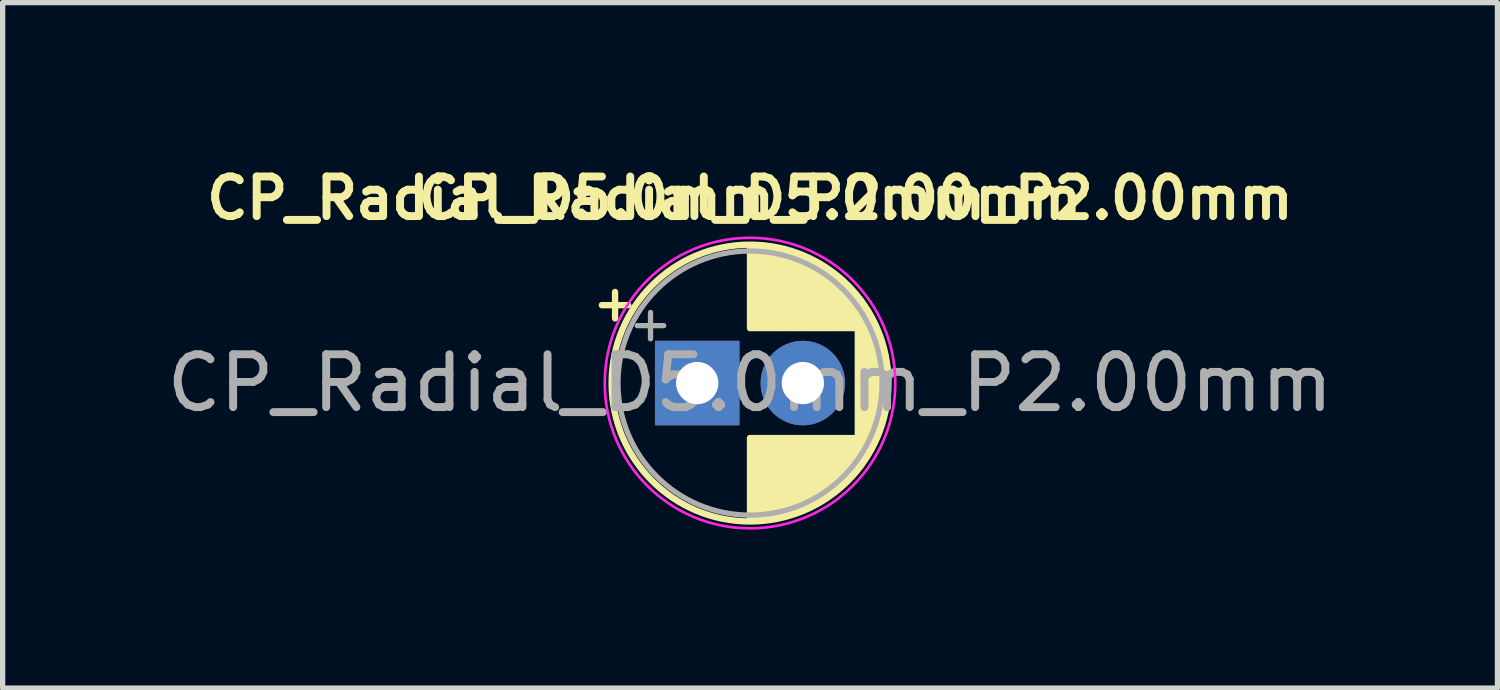
<source format=kicad_pcb>
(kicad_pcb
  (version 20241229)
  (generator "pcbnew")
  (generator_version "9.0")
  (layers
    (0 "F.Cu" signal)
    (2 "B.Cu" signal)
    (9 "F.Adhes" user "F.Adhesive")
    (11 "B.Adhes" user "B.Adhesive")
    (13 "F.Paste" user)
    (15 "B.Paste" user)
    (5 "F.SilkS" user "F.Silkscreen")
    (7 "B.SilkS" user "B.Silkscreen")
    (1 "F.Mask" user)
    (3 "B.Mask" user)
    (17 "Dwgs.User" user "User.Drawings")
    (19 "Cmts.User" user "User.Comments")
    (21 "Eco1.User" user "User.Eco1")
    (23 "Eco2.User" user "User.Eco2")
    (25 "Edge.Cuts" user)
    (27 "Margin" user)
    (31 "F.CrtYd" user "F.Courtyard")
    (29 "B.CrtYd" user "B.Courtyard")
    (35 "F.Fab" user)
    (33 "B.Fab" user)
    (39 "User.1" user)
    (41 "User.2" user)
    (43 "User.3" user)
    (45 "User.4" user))
  (footprint "CP_Radial_D5.0mm_P2.00mm"
    (layer "F.Cu")
    (at 10.149 4.202)
    (property "Reference" "CP_Radial_D5.0mm_P2.00mm" (at -1 -3.5 0) (layer "F.SilkS") (effects (font (size 0.75 0.75) (thickness 0.15))))
    (property "Value" "CP_Radial_D5.0mm_P2.00mm" (at 1 3.75 0) (layer "F.Fab") (hide yes) (effects (font (size 1 1) (thickness 0.15))))
    (attr through_hole)
    (fp_line (start -1.805 -1.475) (end -1.305 -1.475) (stroke (width 0.12) (type solid)) (layer "F.SilkS"))
    (fp_line (start -1.555 -1.725) (end -1.555 -1.225) (stroke (width 0.12) (type solid)) (layer "F.SilkS"))
    (fp_line (start 1 -2.58) (end 1 -1.04) (stroke (width 0.12) (type solid)) (layer "F.SilkS"))
    (fp_line (start 1 1.04) (end 1 2.58) (stroke (width 0.12) (type solid)) (layer "F.SilkS"))
    (fp_line (start 1.04 -2.58) (end 1.04 -1.04) (stroke (width 0.12) (type solid)) (layer "F.SilkS"))
    (fp_line (start 1.04 1.04) (end 1.04 2.58) (stroke (width 0.12) (type solid)) (layer "F.SilkS"))
    (fp_line (start 1.08 -2.579) (end 1.08 -1.04) (stroke (width 0.12) (type solid)) (layer "F.SilkS"))
    (fp_line (start 1.08 1.04) (end 1.08 2.579) (stroke (width 0.12) (type solid)) (layer "F.SilkS"))
    (fp_line (start 1.12 -2.578) (end 1.12 -1.04) (stroke (width 0.12) (type solid)) (layer "F.SilkS"))
    (fp_line (start 1.12 1.04) (end 1.12 2.578) (stroke (width 0.12) (type solid)) (layer "F.SilkS"))
    (fp_line (start 1.16 -2.576) (end 1.16 -1.04) (stroke (width 0.12) (type solid)) (layer "F.SilkS"))
    (fp_line (start 1.16 1.04) (end 1.16 2.576) (stroke (width 0.12) (type solid)) (layer "F.SilkS"))
    (fp_line (start 1.2 -2.573) (end 1.2 -1.04) (stroke (width 0.12) (type solid)) (layer "F.SilkS"))
    (fp_line (start 1.2 1.04) (end 1.2 2.573) (stroke (width 0.12) (type solid)) (layer "F.SilkS"))
    (fp_line (start 1.24 -2.569) (end 1.24 -1.04) (stroke (width 0.12) (type solid)) (layer "F.SilkS"))
    (fp_line (start 1.24 1.04) (end 1.24 2.569) (stroke (width 0.12) (type solid)) (layer "F.SilkS"))
    (fp_line (start 1.28 -2.565) (end 1.28 -1.04) (stroke (width 0.12) (type solid)) (layer "F.SilkS"))
    (fp_line (start 1.28 1.04) (end 1.28 2.565) (stroke (width 0.12) (type solid)) (layer "F.SilkS"))
    (fp_line (start 1.32 -2.561) (end 1.32 -1.04) (stroke (width 0.12) (type solid)) (layer "F.SilkS"))
    (fp_line (start 1.32 1.04) (end 1.32 2.561) (stroke (width 0.12) (type solid)) (layer "F.SilkS"))
    (fp_line (start 1.36 -2.556) (end 1.36 -1.04) (stroke (width 0.12) (type solid)) (layer "F.SilkS"))
    (fp_line (start 1.36 1.04) (end 1.36 2.556) (stroke (width 0.12) (type solid)) (layer "F.SilkS"))
    (fp_line (start 1.4 -2.55) (end 1.4 -1.04) (stroke (width 0.12) (type solid)) (layer "F.SilkS"))
    (fp_line (start 1.4 1.04) (end 1.4 2.55) (stroke (width 0.12) (type solid)) (layer "F.SilkS"))
    (fp_line (start 1.44 -2.543) (end 1.44 -1.04) (stroke (width 0.12) (type solid)) (layer "F.SilkS"))
    (fp_line (start 1.44 1.04) (end 1.44 2.543) (stroke (width 0.12) (type solid)) (layer "F.SilkS"))
    (fp_line (start 1.48 -2.536) (end 1.48 -1.04) (stroke (width 0.12) (type solid)) (layer "F.SilkS"))
    (fp_line (start 1.48 1.04) (end 1.48 2.536) (stroke (width 0.12) (type solid)) (layer "F.SilkS"))
    (fp_line (start 1.52 -2.528) (end 1.52 -1.04) (stroke (width 0.12) (type solid)) (layer "F.SilkS"))
    (fp_line (start 1.52 1.04) (end 1.52 2.528) (stroke (width 0.12) (type solid)) (layer "F.SilkS"))
    (fp_line (start 1.56 -2.52) (end 1.56 -1.04) (stroke (width 0.12) (type solid)) (layer "F.SilkS"))
    (fp_line (start 1.56 1.04) (end 1.56 2.52) (stroke (width 0.12) (type solid)) (layer "F.SilkS"))
    (fp_line (start 1.6 -2.511) (end 1.6 -1.04) (stroke (width 0.12) (type solid)) (layer "F.SilkS"))
    (fp_line (start 1.6 1.04) (end 1.6 2.511) (stroke (width 0.12) (type solid)) (layer "F.SilkS"))
    (fp_line (start 1.64 -2.501) (end 1.64 -1.04) (stroke (width 0.12) (type solid)) (layer "F.SilkS"))
    (fp_line (start 1.64 1.04) (end 1.64 2.501) (stroke (width 0.12) (type solid)) (layer "F.SilkS"))
    (fp_line (start 1.68 -2.491) (end 1.68 -1.04) (stroke (width 0.12) (type solid)) (layer "F.SilkS"))
    (fp_line (start 1.68 1.04) (end 1.68 2.491) (stroke (width 0.12) (type solid)) (layer "F.SilkS"))
    (fp_line (start 1.721 -2.48) (end 1.721 -1.04) (stroke (width 0.12) (type solid)) (layer "F.SilkS"))
    (fp_line (start 1.721 1.04) (end 1.721 2.48) (stroke (width 0.12) (type solid)) (layer "F.SilkS"))
    (fp_line (start 1.761 -2.468) (end 1.761 -1.04) (stroke (width 0.12) (type solid)) (layer "F.SilkS"))
    (fp_line (start 1.761 1.04) (end 1.761 2.468) (stroke (width 0.12) (type solid)) (layer "F.SilkS"))
    (fp_line (start 1.801 -2.455) (end 1.801 -1.04) (stroke (width 0.12) (type solid)) (layer "F.SilkS"))
    (fp_line (start 1.801 1.04) (end 1.801 2.455) (stroke (width 0.12) (type solid)) (layer "F.SilkS"))
    (fp_line (start 1.841 -2.442) (end 1.841 -1.04) (stroke (width 0.12) (type solid)) (layer "F.SilkS"))
    (fp_line (start 1.841 1.04) (end 1.841 2.442) (stroke (width 0.12) (type solid)) (layer "F.SilkS"))
    (fp_line (start 1.881 -2.428) (end 1.881 -1.04) (stroke (width 0.12) (type solid)) (layer "F.SilkS"))
    (fp_line (start 1.881 1.04) (end 1.881 2.428) (stroke (width 0.12) (type solid)) (layer "F.SilkS"))
    (fp_line (start 1.921 -2.414) (end 1.921 -1.04) (stroke (width 0.12) (type solid)) (layer "F.SilkS"))
    (fp_line (start 1.921 1.04) (end 1.921 2.414) (stroke (width 0.12) (type solid)) (layer "F.SilkS"))
    (fp_line (start 1.961 -2.398) (end 1.961 -1.04) (stroke (width 0.12) (type solid)) (layer "F.SilkS"))
    (fp_line (start 1.961 1.04) (end 1.961 2.398) (stroke (width 0.12) (type solid)) (layer "F.SilkS"))
    (fp_line (start 2.001 -2.382) (end 2.001 -1.04) (stroke (width 0.12) (type solid)) (layer "F.SilkS"))
    (fp_line (start 2.001 1.04) (end 2.001 2.382) (stroke (width 0.12) (type solid)) (layer "F.SilkS"))
    (fp_line (start 2.041 -2.365) (end 2.041 -1.04) (stroke (width 0.12) (type solid)) (layer "F.SilkS"))
    (fp_line (start 2.041 1.04) (end 2.041 2.365) (stroke (width 0.12) (type solid)) (layer "F.SilkS"))
    (fp_line (start 2.081 -2.348) (end 2.081 -1.04) (stroke (width 0.12) (type solid)) (layer "F.SilkS"))
    (fp_line (start 2.081 1.04) (end 2.081 2.348) (stroke (width 0.12) (type solid)) (layer "F.SilkS"))
    (fp_line (start 2.121 -2.329) (end 2.121 -1.04) (stroke (width 0.12) (type solid)) (layer "F.SilkS"))
    (fp_line (start 2.121 1.04) (end 2.121 2.329) (stroke (width 0.12) (type solid)) (layer "F.SilkS"))
    (fp_line (start 2.161 -2.31) (end 2.161 -1.04) (stroke (width 0.12) (type solid)) (layer "F.SilkS"))
    (fp_line (start 2.161 1.04) (end 2.161 2.31) (stroke (width 0.12) (type solid)) (layer "F.SilkS"))
    (fp_line (start 2.201 -2.29) (end 2.201 -1.04) (stroke (width 0.12) (type solid)) (layer "F.SilkS"))
    (fp_line (start 2.201 1.04) (end 2.201 2.29) (stroke (width 0.12) (type solid)) (layer "F.SilkS"))
    (fp_line (start 2.241 -2.268) (end 2.241 -1.04) (stroke (width 0.12) (type solid)) (layer "F.SilkS"))
    (fp_line (start 2.241 1.04) (end 2.241 2.268) (stroke (width 0.12) (type solid)) (layer "F.SilkS"))
    (fp_line (start 2.281 -2.247) (end 2.281 -1.04) (stroke (width 0.12) (type solid)) (layer "F.SilkS"))
    (fp_line (start 2.281 1.04) (end 2.281 2.247) (stroke (width 0.12) (type solid)) (layer "F.SilkS"))
    (fp_line (start 2.321 -2.224) (end 2.321 -1.04) (stroke (width 0.12) (type solid)) (layer "F.SilkS"))
    (fp_line (start 2.321 1.04) (end 2.321 2.224) (stroke (width 0.12) (type solid)) (layer "F.SilkS"))
    (fp_line (start 2.361 -2.2) (end 2.361 -1.04) (stroke (width 0.12) (type solid)) (layer "F.SilkS"))
    (fp_line (start 2.361 1.04) (end 2.361 2.2) (stroke (width 0.12) (type solid)) (layer "F.SilkS"))
    (fp_line (start 2.401 -2.175) (end 2.401 -1.04) (stroke (width 0.12) (type solid)) (layer "F.SilkS"))
    (fp_line (start 2.401 1.04) (end 2.401 2.175) (stroke (width 0.12) (type solid)) (layer "F.SilkS"))
    (fp_line (start 2.441 -2.149) (end 2.441 -1.04) (stroke (width 0.12) (type solid)) (layer "F.SilkS"))
    (fp_line (start 2.441 1.04) (end 2.441 2.149) (stroke (width 0.12) (type solid)) (layer "F.SilkS"))
    (fp_line (start 2.481 -2.122) (end 2.481 -1.04) (stroke (width 0.12) (type solid)) (layer "F.SilkS"))
    (fp_line (start 2.481 1.04) (end 2.481 2.122) (stroke (width 0.12) (type solid)) (layer "F.SilkS"))
    (fp_line (start 2.521 -2.095) (end 2.521 -1.04) (stroke (width 0.12) (type solid)) (layer "F.SilkS"))
    (fp_line (start 2.521 1.04) (end 2.521 2.095) (stroke (width 0.12) (type solid)) (layer "F.SilkS"))
    (fp_line (start 2.561 -2.065) (end 2.561 -1.04) (stroke (width 0.12) (type solid)) (layer "F.SilkS"))
    (fp_line (start 2.561 1.04) (end 2.561 2.065) (stroke (width 0.12) (type solid)) (layer "F.SilkS"))
    (fp_line (start 2.601 -2.035) (end 2.601 -1.04) (stroke (width 0.12) (type solid)) (layer "F.SilkS"))
    (fp_line (start 2.601 1.04) (end 2.601 2.035) (stroke (width 0.12) (type solid)) (layer "F.SilkS"))
    (fp_line (start 2.641 -2.004) (end 2.641 -1.04) (stroke (width 0.12) (type solid)) (layer "F.SilkS"))
    (fp_line (start 2.641 1.04) (end 2.641 2.004) (stroke (width 0.12) (type solid)) (layer "F.SilkS"))
    (fp_line (start 2.681 -1.971) (end 2.681 -1.04) (stroke (width 0.12) (type solid)) (layer "F.SilkS"))
    (fp_line (start 2.681 1.04) (end 2.681 1.971) (stroke (width 0.12) (type solid)) (layer "F.SilkS"))
    (fp_line (start 2.721 -1.937) (end 2.721 -1.04) (stroke (width 0.12) (type solid)) (layer "F.SilkS"))
    (fp_line (start 2.721 1.04) (end 2.721 1.937) (stroke (width 0.12) (type solid)) (layer "F.SilkS"))
    (fp_line (start 2.761 -1.901) (end 2.761 -1.04) (stroke (width 0.12) (type solid)) (layer "F.SilkS"))
    (fp_line (start 2.761 1.04) (end 2.761 1.901) (stroke (width 0.12) (type solid)) (layer "F.SilkS"))
    (fp_line (start 2.801 -1.864) (end 2.801 -1.04) (stroke (width 0.12) (type solid)) (layer "F.SilkS"))
    (fp_line (start 2.801 1.04) (end 2.801 1.864) (stroke (width 0.12) (type solid)) (layer "F.SilkS"))
    (fp_line (start 2.841 -1.826) (end 2.841 -1.04) (stroke (width 0.12) (type solid)) (layer "F.SilkS"))
    (fp_line (start 2.841 1.04) (end 2.841 1.826) (stroke (width 0.12) (type solid)) (layer "F.SilkS"))
    (fp_line (start 2.881 -1.785) (end 2.881 -1.04) (stroke (width 0.12) (type solid)) (layer "F.SilkS"))
    (fp_line (start 2.881 1.04) (end 2.881 1.785) (stroke (width 0.12) (type solid)) (layer "F.SilkS"))
    (fp_line (start 2.921 -1.743) (end 2.921 -1.04) (stroke (width 0.12) (type solid)) (layer "F.SilkS"))
    (fp_line (start 2.921 1.04) (end 2.921 1.743) (stroke (width 0.12) (type solid)) (layer "F.SilkS"))
    (fp_line (start 2.961 -1.699) (end 2.961 -1.04) (stroke (width 0.12) (type solid)) (layer "F.SilkS"))
    (fp_line (start 2.961 1.04) (end 2.961 1.699) (stroke (width 0.12) (type solid)) (layer "F.SilkS"))
    (fp_line (start 3.001 -1.653) (end 3.001 -1.04) (stroke (width 0.12) (type solid)) (layer "F.SilkS"))
    (fp_line (start 3.001 1.04) (end 3.001 1.653) (stroke (width 0.12) (type solid)) (layer "F.SilkS"))
    (fp_line (start 3.041 -1.605) (end 3.041 1.605) (stroke (width 0.12) (type solid)) (layer "F.SilkS"))
    (fp_line (start 3.081 -1.554) (end 3.081 1.554) (stroke (width 0.12) (type solid)) (layer "F.SilkS"))
    (fp_line (start 3.121 -1.5) (end 3.121 1.5) (stroke (width 0.12) (type solid)) (layer "F.SilkS"))
    (fp_line (start 3.161 -1.443) (end 3.161 1.443) (stroke (width 0.12) (type solid)) (layer "F.SilkS"))
    (fp_line (start 3.201 -1.383) (end 3.201 1.383) (stroke (width 0.12) (type solid)) (layer "F.SilkS"))
    (fp_line (start 3.241 -1.319) (end 3.241 1.319) (stroke (width 0.12) (type solid)) (layer "F.SilkS"))
    (fp_line (start 3.281 -1.251) (end 3.281 1.251) (stroke (width 0.12) (type solid)) (layer "F.SilkS"))
    (fp_line (start 3.321 -1.178) (end 3.321 1.178) (stroke (width 0.12) (type solid)) (layer "F.SilkS"))
    (fp_line (start 3.361 -1.098) (end 3.361 1.098) (stroke (width 0.12) (type solid)) (layer "F.SilkS"))
    (fp_line (start 3.401 -1.011) (end 3.401 1.011) (stroke (width 0.12) (type solid)) (layer "F.SilkS"))
    (fp_line (start 3.441 -0.915) (end 3.441 0.915) (stroke (width 0.12) (type solid)) (layer "F.SilkS"))
    (fp_line (start 3.481 -0.805) (end 3.481 0.805) (stroke (width 0.12) (type solid)) (layer "F.SilkS"))
    (fp_line (start 3.521 -0.677) (end 3.521 0.677) (stroke (width 0.12) (type solid)) (layer "F.SilkS"))
    (fp_line (start 3.561 -0.518) (end 3.561 0.518) (stroke (width 0.12) (type solid)) (layer "F.SilkS"))
    (fp_line (start 3.601 -0.284) (end 3.601 0.284) (stroke (width 0.12) (type solid)) (layer "F.SilkS"))
    (fp_circle (center 1 0) (end 3.62 0) (stroke (width 0.12) (type solid)) (fill no) (layer "F.SilkS"))
    (fp_circle (center 1 0) (end 3.75 0) (stroke (width 0.05) (type solid)) (fill no) (layer "F.CrtYd"))
    (fp_line (start -1.134 -1.087) (end -0.634 -1.087) (stroke (width 0.1) (type solid)) (layer "F.Fab"))
    (fp_line (start -0.884 -1.337) (end -0.884 -0.838) (stroke (width 0.1) (type solid)) (layer "F.Fab"))
    (fp_circle (center 1 0) (end 3.5 0) (stroke (width 0.1) (type solid)) (fill no) (layer "F.Fab"))
    (fp_text user "${VALUE}" (at 3 -3.5 0) (layer "F.SilkS") (effects (font (size 0.75 0.75) (thickness 0.15))))
    (fp_text user "${REFERENCE}" (at 1 0 0) (layer "F.Fab") (effects (font (size 1 1) (thickness 0.15))))
    (pad "1" thru_hole rect (at 0 0) (size 1.6 1.6) (drill 0.8) (layers "*.Cu" "*.Mask"))
    (pad "2" thru_hole circle (at 2 0) (size 1.6 1.6) (drill 0.8) (layers "*.Cu" "*.Mask")))
  (gr_rect
    (start -3 -3)
    (end 25.298 9.977)
    (stroke (width 0.1) (type default))
    (fill no)
    (layer "Edge.Cuts")))
</source>
